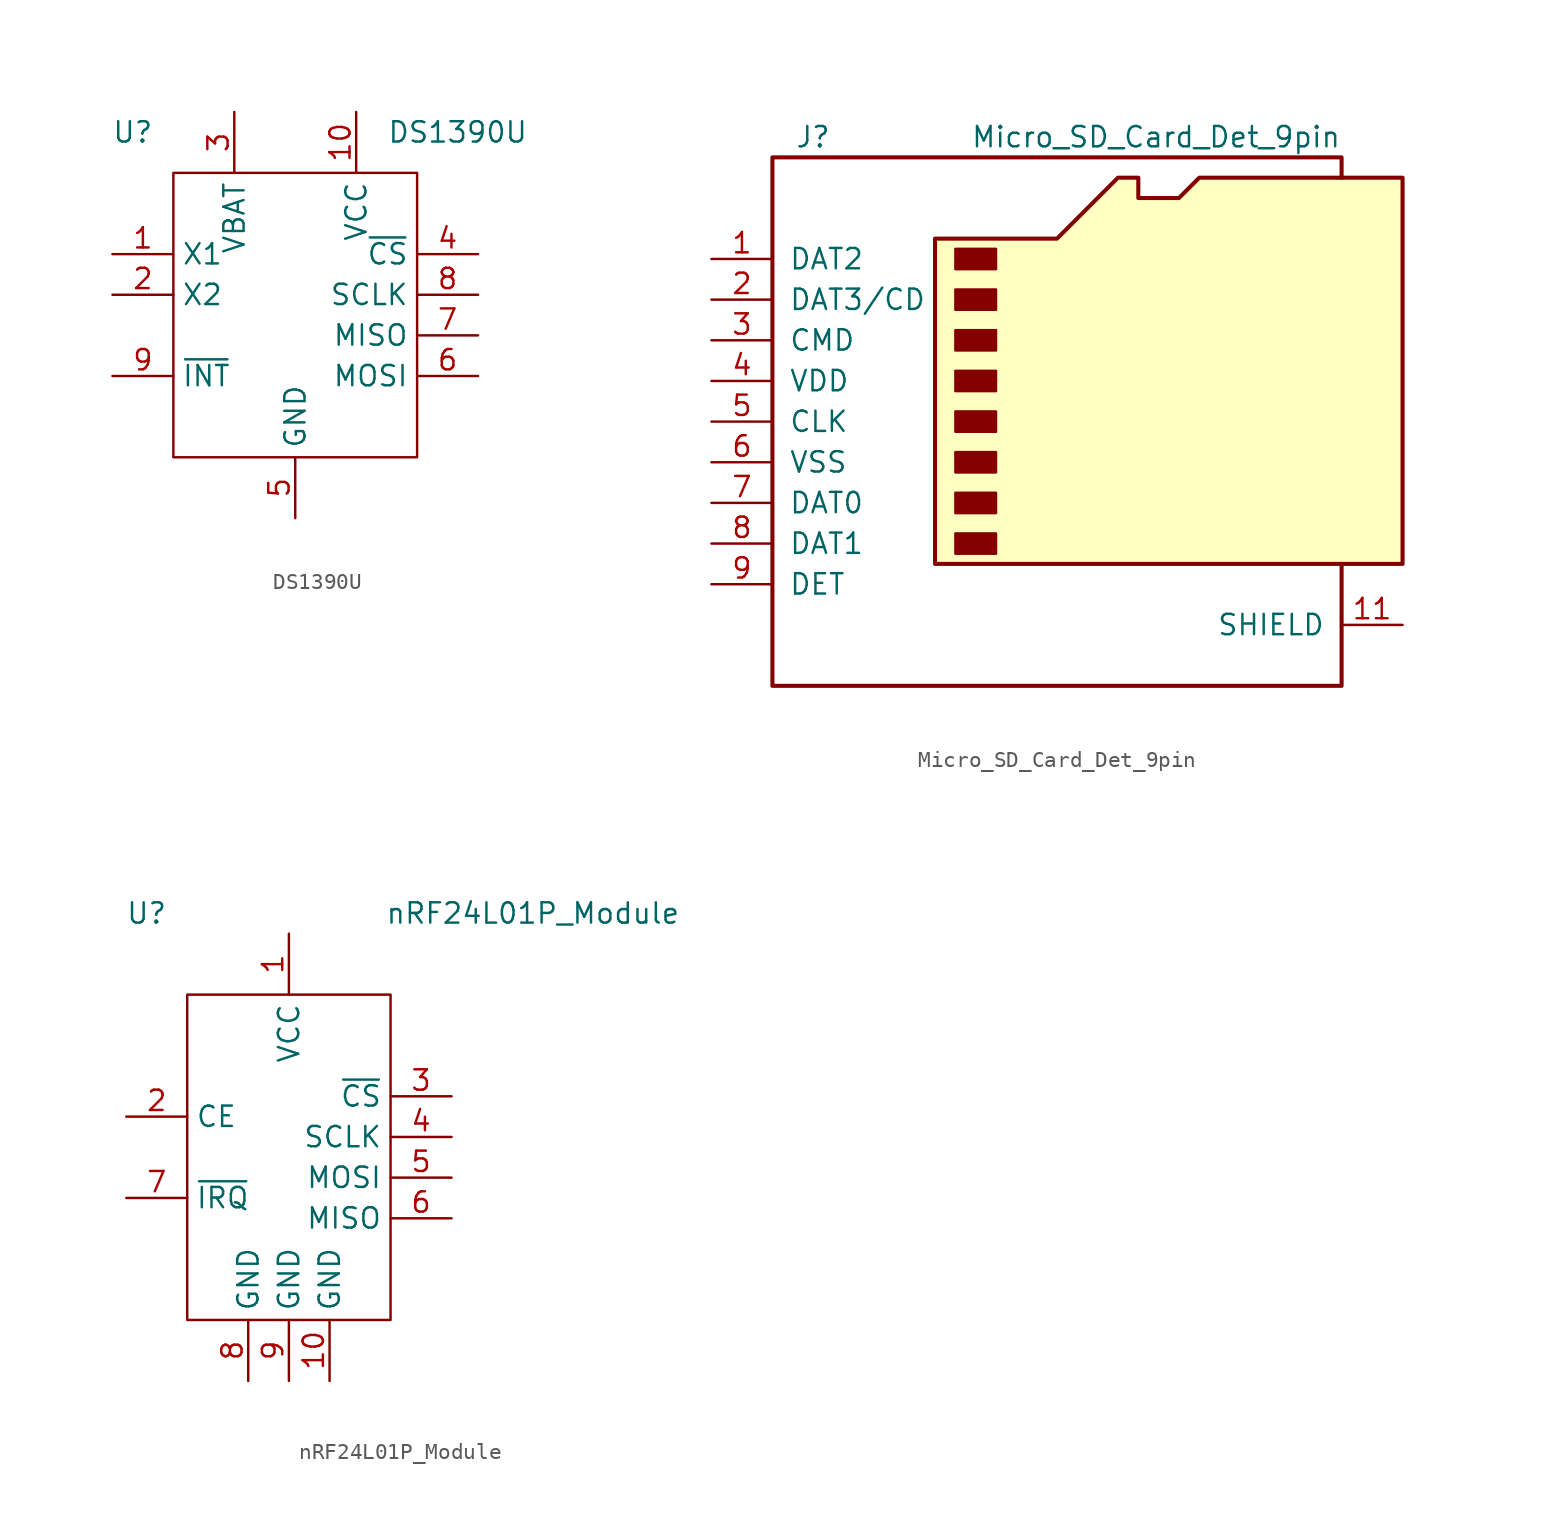
<source format=kicad_sym>
(kicad_symbol_lib
  (version 20211014)
  (generator kicad_symbol_editor)
  (symbol "DS1390U"
    (property "Reference" "U"
      (at -10.16 11.43 0)
      (effects (font (size 1.27 1.27))))
    (property "Value" "DS1390U"
      (at 10.16 11.43 0)
      (effects (font (size 1.27 1.27))))
    (symbol "DS1390U_0_1"
      (rectangle (start -7.62 8.89) (end 7.62 -8.89) (stroke (width 0.152) (type default) (color 0 0 0 0)) (fill (type none))))
    (symbol "DS1390U_1_1"
      (pin passive line (at -11.43 3.81 0) (length 3.81) (name "X1" (effects (font (size 1.27 1.27)))) (number "1" (effects (font (size 1.27 1.27)))))
      (pin power_in line (at 3.81 12.7 270) (length 3.81) (name "VCC" (effects (font (size 1.27 1.27)))) (number "10" (effects (font (size 1.27 1.27)))))
      (pin passive line (at -11.43 1.27 0) (length 3.81) (name "X2" (effects (font (size 1.27 1.27)))) (number "2" (effects (font (size 1.27 1.27)))))
      (pin power_in line (at -3.81 12.7 270) (length 3.81) (name "VBAT" (effects (font (size 1.27 1.27)))) (number "3" (effects (font (size 1.27 1.27)))))
      (pin passive line (at 11.43 3.81 180) (length 3.81) (name "~{CS}" (effects (font (size 1.27 1.27)))) (number "4" (effects (font (size 1.27 1.27)))))
      (pin passive line (at 0 -12.7 90) (length 3.81) (name "GND" (effects (font (size 1.27 1.27)))) (number "5" (effects (font (size 1.27 1.27)))))
      (pin passive line (at 11.43 -3.81 180) (length 3.81) (name "MOSI" (effects (font (size 1.27 1.27)))) (number "6" (effects (font (size 1.27 1.27)))))
      (pin passive line (at 11.43 -1.27 180) (length 3.81) (name "MISO" (effects (font (size 1.27 1.27)))) (number "7" (effects (font (size 1.27 1.27)))))
      (pin passive line (at 11.43 1.27 180) (length 3.81) (name "SCLK" (effects (font (size 1.27 1.27)))) (number "8" (effects (font (size 1.27 1.27)))))
      (pin passive line (at -11.43 -3.81 0) (length 3.81) (name "~{INT}" (effects (font (size 1.27 1.27)))) (number "9" (effects (font (size 1.27 1.27)))))))
  (symbol "Micro_SD_Card_Det_9pin"
    (pin_names
      (offset 1.016))
    (property "Reference" "J"
      (at -16.51 17.78 0)
      (effects (font (size 1.27 1.27))))
    (property "Value" "Micro_SD_Card_Det_9pin"
      (at 16.51 17.78 0)
      (effects (font (size 1.27 1.27)) (justify right)))
    (symbol "Micro_SD_Card_Det_9pin_0_1"
      (rectangle (start -7.62 -6.985) (end -5.08 -8.255) (stroke (width 0) (type default) (color 0 0 0 0)) (fill (type outline)))
      (rectangle (start -7.62 -4.445) (end -5.08 -5.715) (stroke (width 0) (type default) (color 0 0 0 0)) (fill (type outline)))
      (rectangle (start -7.62 -1.905) (end -5.08 -3.175) (stroke (width 0) (type default) (color 0 0 0 0)) (fill (type outline)))
      (rectangle (start -7.62 0.635) (end -5.08 -0.635) (stroke (width 0) (type default) (color 0 0 0 0)) (fill (type outline)))
      (rectangle (start -7.62 3.175) (end -5.08 1.905) (stroke (width 0) (type default) (color 0 0 0 0)) (fill (type outline)))
      (rectangle (start -7.62 5.715) (end -5.08 4.445) (stroke (width 0) (type default) (color 0 0 0 0)) (fill (type outline)))
      (rectangle (start -7.62 8.255) (end -5.08 6.985) (stroke (width 0) (type default) (color 0 0 0 0)) (fill (type outline)))
      (rectangle (start -7.62 10.795) (end -5.08 9.525) (stroke (width 0) (type default) (color 0 0 0 0)) (fill (type outline)))
      (polyline (pts (xy 16.51 15.24) (xy 16.51 16.51) (xy -19.05 16.51) (xy -19.05 -16.51) (xy 16.51 -16.51) (xy 16.51 -8.89)) (stroke (width 0.254) (type default) (color 0 0 0 0)) (fill (type none)))
      (polyline (pts (xy -8.89 -8.89) (xy -8.89 11.43) (xy -1.27 11.43) (xy 2.54 15.24) (xy 3.81 15.24) (xy 3.81 13.97) (xy 6.35 13.97) (xy 7.62 15.24) (xy 20.32 15.24) (xy 20.32 -8.89) (xy -8.89 -8.89)) (stroke (width 0.254) (type default) (color 0 0 0 0)) (fill (type background))))
    (symbol "Micro_SD_Card_Det_9pin_1_1"
      (pin bidirectional line (at -22.86 10.16 0) (length 3.81) (name "DAT2" (effects (font (size 1.27 1.27)))) (number "1" (effects (font (size 1.27 1.27)))))
      (pin passive line (at 20.32 -12.7 180) (length 3.81) (name "SHIELD" (effects (font (size 1.27 1.27)))) (number "11" (effects (font (size 1.27 1.27)))))
      (pin bidirectional line (at -22.86 7.62 0) (length 3.81) (name "DAT3/CD" (effects (font (size 1.27 1.27)))) (number "2" (effects (font (size 1.27 1.27)))))
      (pin input line (at -22.86 5.08 0) (length 3.81) (name "CMD" (effects (font (size 1.27 1.27)))) (number "3" (effects (font (size 1.27 1.27)))))
      (pin power_in line (at -22.86 2.54 0) (length 3.81) (name "VDD" (effects (font (size 1.27 1.27)))) (number "4" (effects (font (size 1.27 1.27)))))
      (pin input line (at -22.86 0 0) (length 3.81) (name "CLK" (effects (font (size 1.27 1.27)))) (number "5" (effects (font (size 1.27 1.27)))))
      (pin power_in line (at -22.86 -2.54 0) (length 3.81) (name "VSS" (effects (font (size 1.27 1.27)))) (number "6" (effects (font (size 1.27 1.27)))))
      (pin bidirectional line (at -22.86 -5.08 0) (length 3.81) (name "DAT0" (effects (font (size 1.27 1.27)))) (number "7" (effects (font (size 1.27 1.27)))))
      (pin bidirectional line (at -22.86 -7.62 0) (length 3.81) (name "DAT1" (effects (font (size 1.27 1.27)))) (number "8" (effects (font (size 1.27 1.27)))))
      (pin passive line (at -22.86 -10.16 0) (length 3.81) (name "DET" (effects (font (size 1.27 1.27)))) (number "9" (effects (font (size 1.27 1.27)))))))
  (symbol "nRF24L01P_Module"
    (property "Reference" "U"
      (at -8.89 15.24 0)
      (effects (font (size 1.27 1.27))))
    (property "Value" "nRF24L01P_Module"
      (at 15.24 15.24 0)
      (effects (font (size 1.27 1.27))))
    (symbol "nRF24L01P_Module_0_1"
      (rectangle (start -6.35 10.16) (end 6.35 -10.16) (stroke (width 0.152) (type default) (color 0 0 0 0)) (fill (type none))))
    (symbol "nRF24L01P_Module_1_1"
      (pin passive line (at 0 13.97 270) (length 3.81) (name "VCC" (effects (font (size 1.27 1.27)))) (number "1" (effects (font (size 1.27 1.27)))))
      (pin passive line (at 2.54 -13.97 90) (length 3.81) (name "GND" (effects (font (size 1.27 1.27)))) (number "10" (effects (font (size 1.27 1.27)))))
      (pin passive line (at -10.16 2.54 0) (length 3.81) (name "CE" (effects (font (size 1.27 1.27)))) (number "2" (effects (font (size 1.27 1.27)))))
      (pin passive line (at 10.16 3.81 180) (length 3.81) (name "~{CS}" (effects (font (size 1.27 1.27)))) (number "3" (effects (font (size 1.27 1.27)))))
      (pin passive line (at 10.16 1.27 180) (length 3.81) (name "SCLK" (effects (font (size 1.27 1.27)))) (number "4" (effects (font (size 1.27 1.27)))))
      (pin passive line (at 10.16 -1.27 180) (length 3.81) (name "MOSI" (effects (font (size 1.27 1.27)))) (number "5" (effects (font (size 1.27 1.27)))))
      (pin passive line (at 10.16 -3.81 180) (length 3.81) (name "MISO" (effects (font (size 1.27 1.27)))) (number "6" (effects (font (size 1.27 1.27)))))
      (pin passive line (at -10.16 -2.54 0) (length 3.81) (name "~{IRQ}" (effects (font (size 1.27 1.27)))) (number "7" (effects (font (size 1.27 1.27)))))
      (pin passive line (at -2.54 -13.97 90) (length 3.81) (name "GND" (effects (font (size 1.27 1.27)))) (number "8" (effects (font (size 1.27 1.27)))))
      (pin passive line (at 0 -13.97 90) (length 3.81) (name "GND" (effects (font (size 1.27 1.27)))) (number "9" (effects (font (size 1.27 1.27))))))))
</source>
